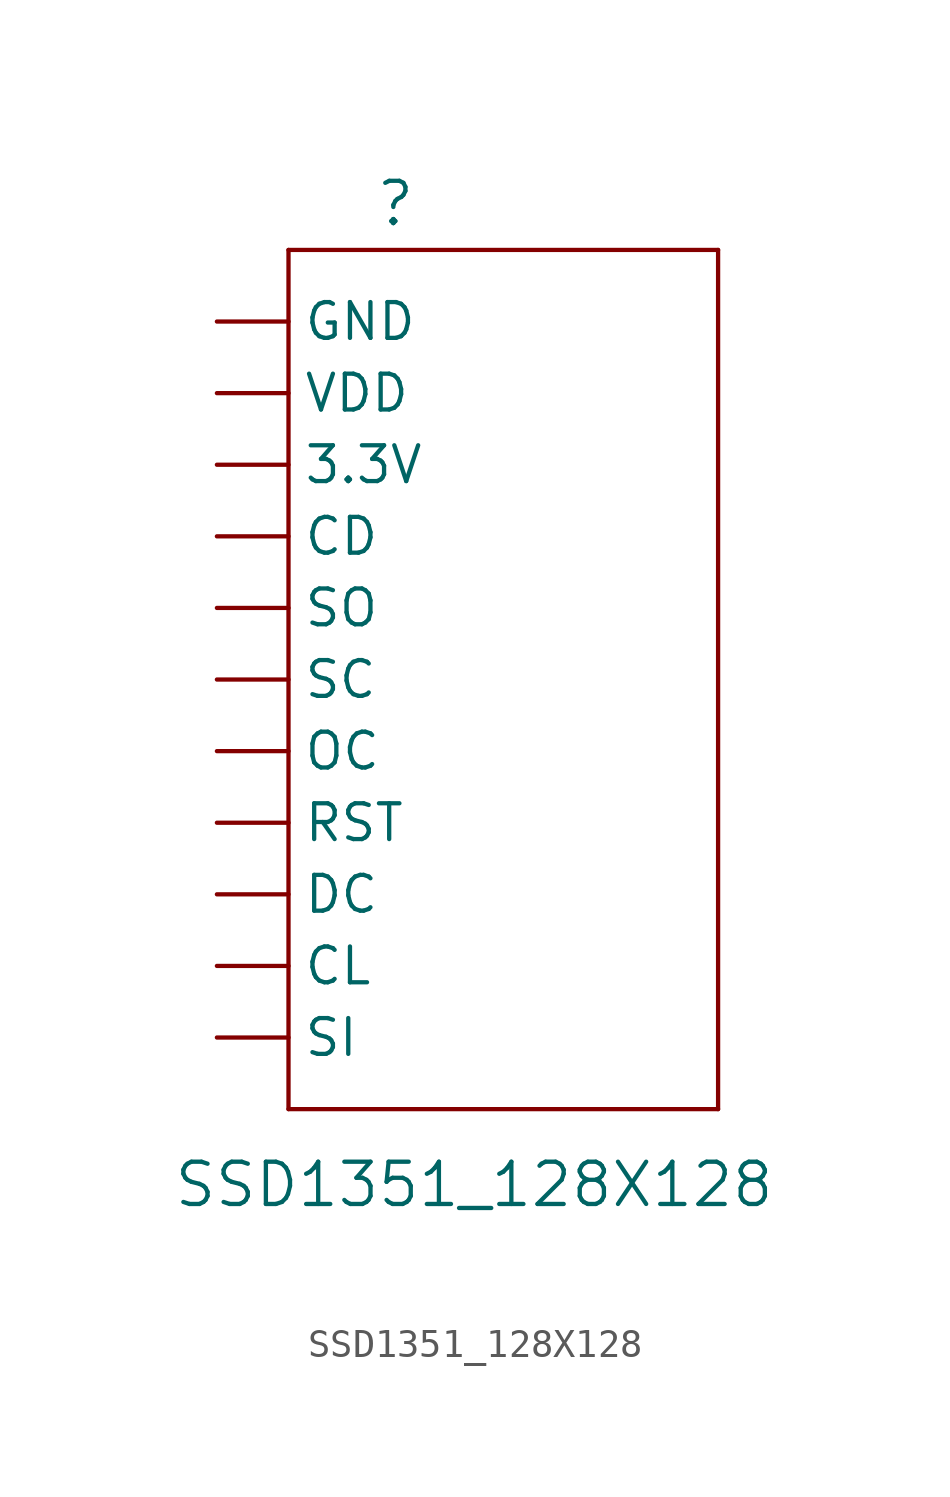
<source format=kicad_sym>
(kicad_symbol_lib
  (version 20200126)
  (host kicad_symbol_editor "5.99.0-unknown-0dd34d1~88~ubuntu18.04.1")
  (symbol "import_from_eagle-rescue:SSD1351_128X128"
    (property "Reference" ""
      (at -9.652 21.082 0)
      (effects (font (size 1.499 1.499)) (justify left bottom)))
    (property "Value" "SSD1351_128X128"
      (at -16.815 -13.716 0)
      (effects (font (size 1.499 1.499)) (justify left bottom)))
    (property "ki_locked" ""
      (at 0 0 0)
      (effects (font (size 1.27 1.27))))
    (symbol "SSD1351_128X128_1_0"
      (polyline (pts (xy -12.7 -10.16) (xy -12.7 20.32)) (stroke (width 0)) (fill (type none)))
      (polyline (pts (xy -12.7 20.32) (xy 2.54 20.32)) (stroke (width 0)) (fill (type none)))
      (polyline (pts (xy 2.54 -10.16) (xy -12.7 -10.16)) (stroke (width 0)) (fill (type none)))
      (polyline (pts (xy 2.54 20.32) (xy 2.54 -10.16)) (stroke (width 0)) (fill (type none)))
      (pin unspecified line (at -15.24 0 0) (length 2.54) (name "RST" (effects (font (size 1.27 1.27)))) (number "JP1$1" (effects (font (size 0 0)))))
      (pin unspecified line (at -15.24 -5.08 0) (length 2.54) (name "CL" (effects (font (size 1.27 1.27)))) (number "JP1$10" (effects (font (size 0 0)))))
      (pin unspecified line (at -15.24 -2.54 0) (length 2.54) (name "DC" (effects (font (size 1.27 1.27)))) (number "JP1$11" (effects (font (size 0 0)))))
      (pin unspecified line (at -15.24 2.54 0) (length 2.54) (name "OC" (effects (font (size 1.27 1.27)))) (number "JP1$2" (effects (font (size 0 0)))))
      (pin input line (at -15.24 5.08 0) (length 2.54) (name "SC" (effects (font (size 1.27 1.27)))) (number "JP1$3" (effects (font (size 0 0)))))
      (pin input line (at -15.24 7.62 0) (length 2.54) (name "SO" (effects (font (size 1.27 1.27)))) (number "JP1$4" (effects (font (size 0 0)))))
      (pin input line (at -15.24 10.16 0) (length 2.54) (name "CD" (effects (font (size 1.27 1.27)))) (number "JP1$5" (effects (font (size 0 0)))))
      (pin power_in line (at -15.24 12.7 0) (length 2.54) (name "3.3V" (effects (font (size 1.27 1.27)))) (number "JP1$6" (effects (font (size 0 0)))))
      (pin power_in line (at -15.24 15.24 0) (length 2.54) (name "VDD" (effects (font (size 1.27 1.27)))) (number "JP1$7" (effects (font (size 0 0)))))
      (pin power_in line (at -15.24 17.78 0) (length 2.54) (name "GND" (effects (font (size 1.27 1.27)))) (number "JP1$8" (effects (font (size 0 0)))))
      (pin unspecified line (at -15.24 -7.62 0) (length 2.54) (name "SI" (effects (font (size 1.27 1.27)))) (number "JP1$9" (effects (font (size 0 0))))))))
</source>
